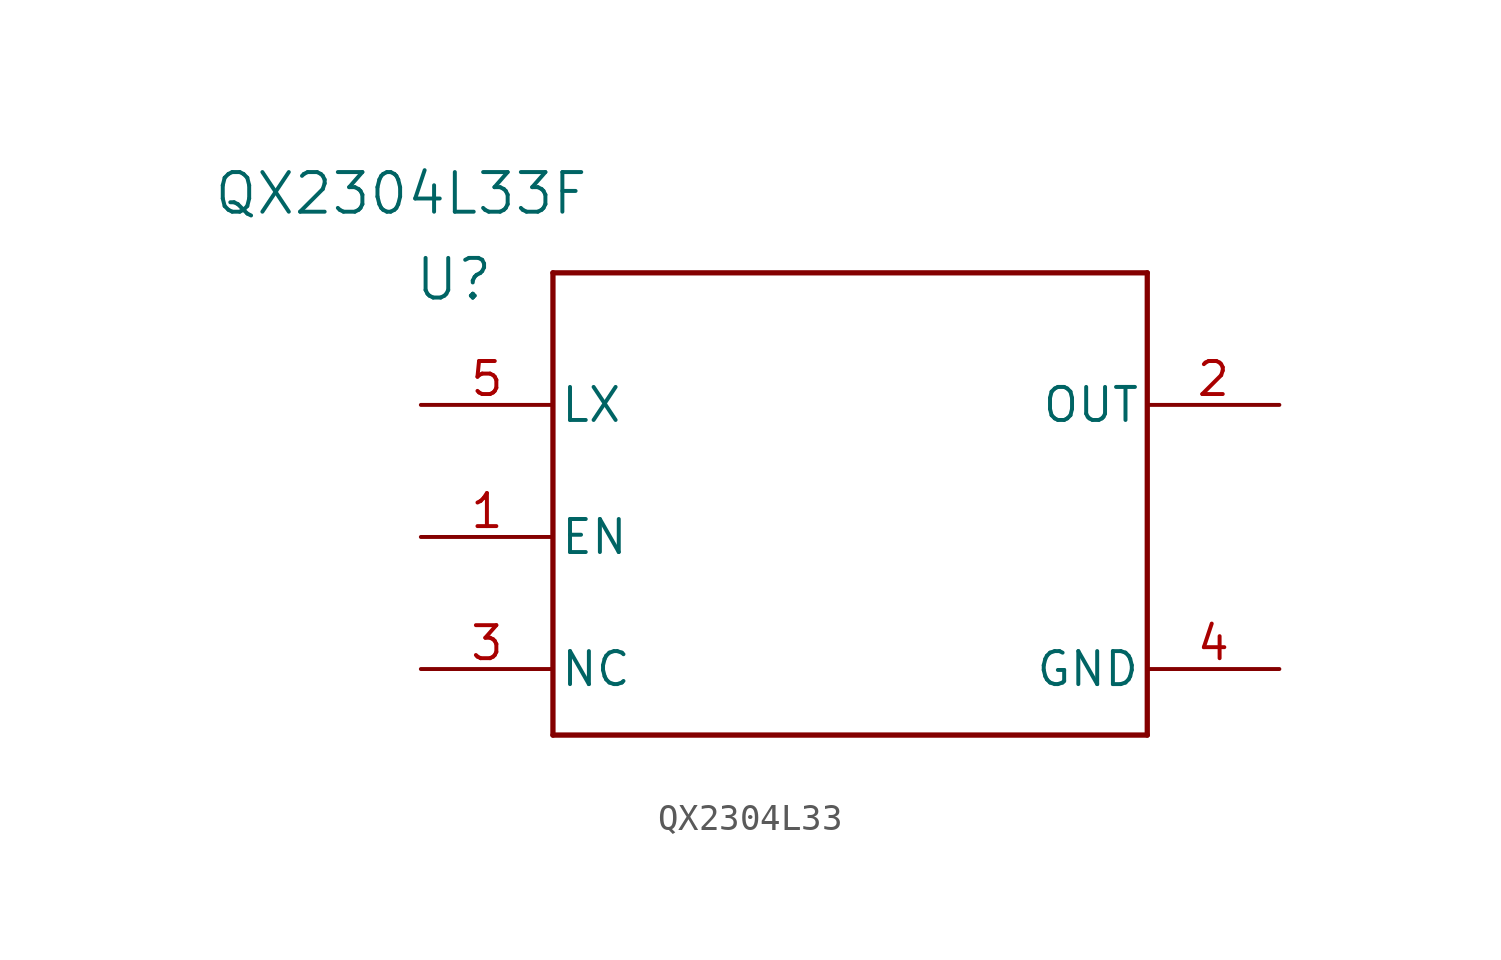
<source format=kicad_sym>
(kicad_symbol_lib
  (version 20231120)
  (generator "kicad_symbol_editor")
  (generator_version "8.0")
  (symbol "QX2304L33"
    (pin_names
      (offset 0.254))
    (property "Reference" "U"
      (at 1.27 4.826 0)
      (effects (font (size 1.524 1.524))))
    (property "Value" "QX2304L33F"
      (at -0.762 8.128 0)
      (effects (font (size 1.524 1.524))))
    (symbol "QX2304L33_0_1"
      (polyline (pts (xy 5.08 -12.7) (xy 27.94 -12.7)) (stroke (width 0.203) (type default)) (fill (type none)))
      (polyline (pts (xy 5.08 5.08) (xy 5.08 -12.7)) (stroke (width 0.203) (type default)) (fill (type none)))
      (polyline (pts (xy 27.94 -12.7) (xy 27.94 5.08)) (stroke (width 0.203) (type default)) (fill (type none)))
      (polyline (pts (xy 27.94 5.08) (xy 5.08 5.08)) (stroke (width 0.203) (type default)) (fill (type none)))
      (pin input line (at 0 -5.08 0) (length 5.08) (name "EN" (effects (font (size 1.27 1.27)))) (number "1" (effects (font (size 1.27 1.27)))))
      (pin unspecified line (at 33.02 0 180) (length 5.08) (name "OUT" (effects (font (size 1.27 1.27)))) (number "2" (effects (font (size 1.27 1.27)))))
      (pin unspecified line (at 0 -10.16 0) (length 5.08) (name "NC" (effects (font (size 1.27 1.27)))) (number "3" (effects (font (size 1.27 1.27)))))
      (pin power_in line (at 33.02 -10.16 180) (length 5.08) (name "GND" (effects (font (size 1.27 1.27)))) (number "4" (effects (font (size 1.27 1.27)))))
      (pin power_in line (at 0 0 0) (length 5.08) (name "LX" (effects (font (size 1.27 1.27)))) (number "5" (effects (font (size 1.27 1.27))))))))
</source>
